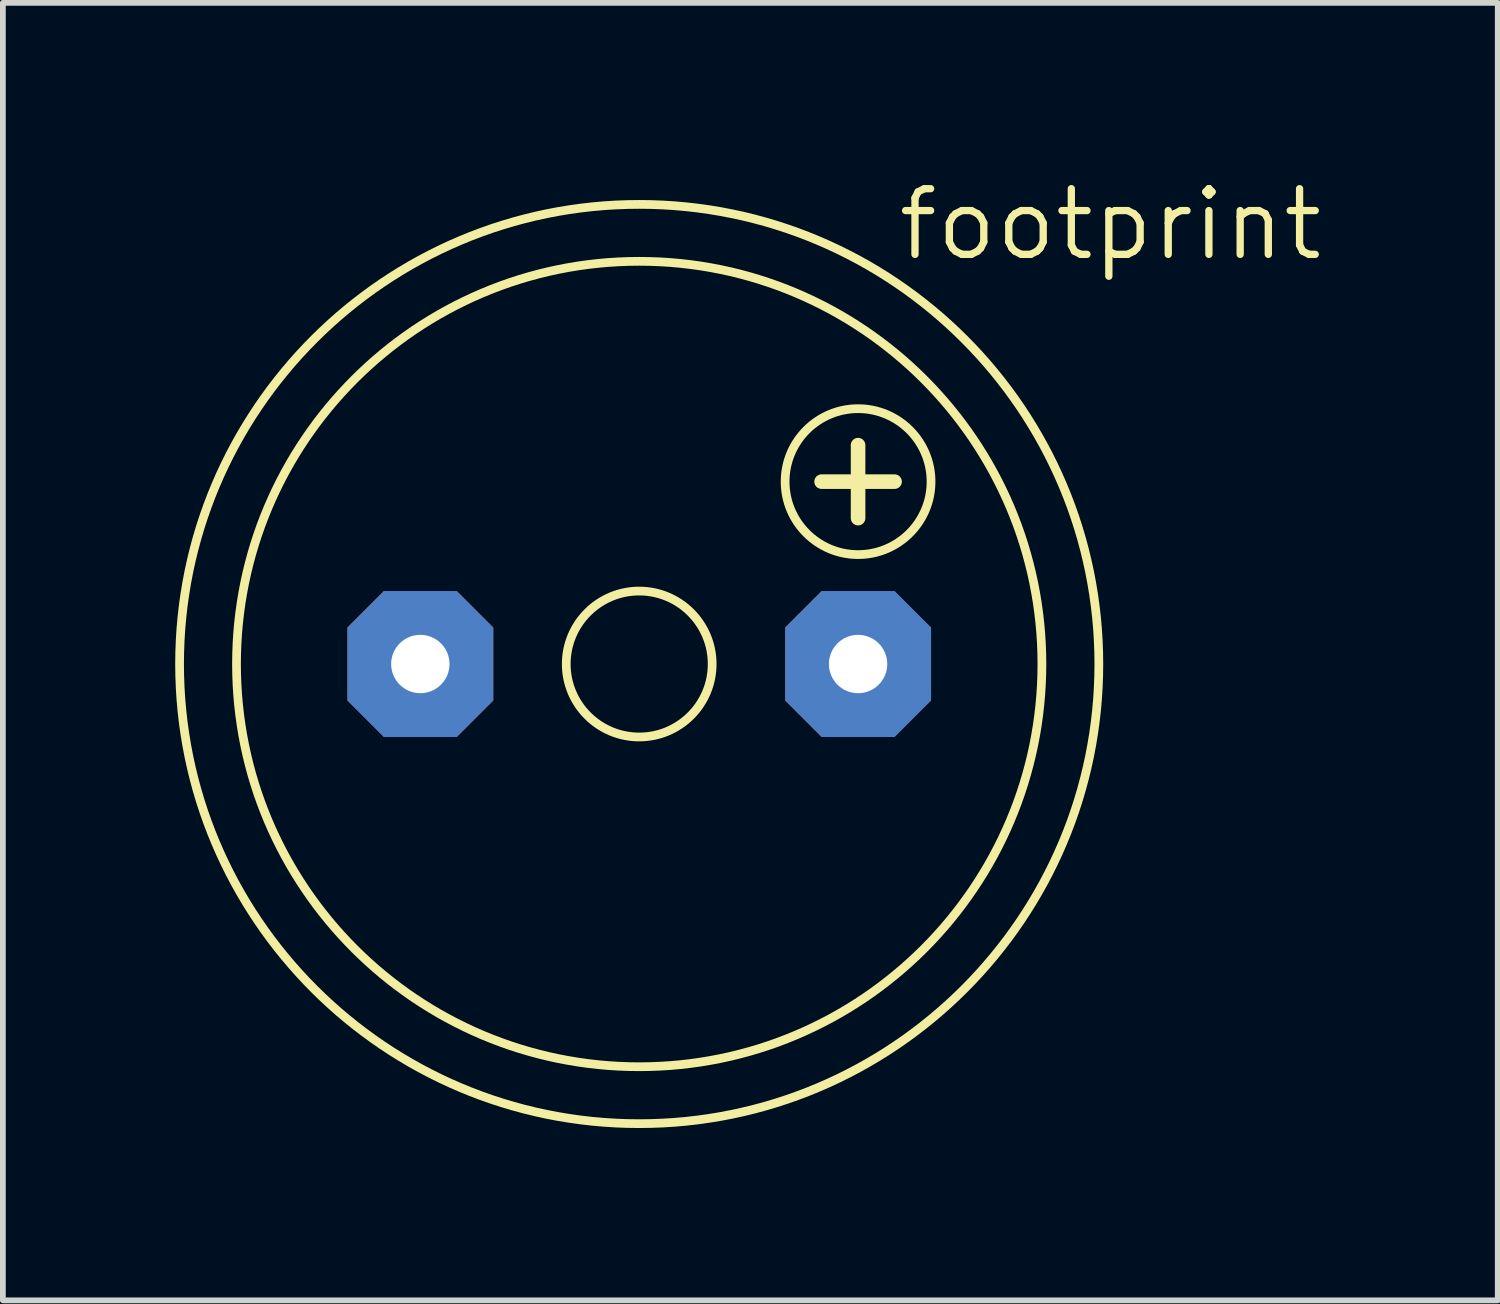
<source format=kicad_pcb>
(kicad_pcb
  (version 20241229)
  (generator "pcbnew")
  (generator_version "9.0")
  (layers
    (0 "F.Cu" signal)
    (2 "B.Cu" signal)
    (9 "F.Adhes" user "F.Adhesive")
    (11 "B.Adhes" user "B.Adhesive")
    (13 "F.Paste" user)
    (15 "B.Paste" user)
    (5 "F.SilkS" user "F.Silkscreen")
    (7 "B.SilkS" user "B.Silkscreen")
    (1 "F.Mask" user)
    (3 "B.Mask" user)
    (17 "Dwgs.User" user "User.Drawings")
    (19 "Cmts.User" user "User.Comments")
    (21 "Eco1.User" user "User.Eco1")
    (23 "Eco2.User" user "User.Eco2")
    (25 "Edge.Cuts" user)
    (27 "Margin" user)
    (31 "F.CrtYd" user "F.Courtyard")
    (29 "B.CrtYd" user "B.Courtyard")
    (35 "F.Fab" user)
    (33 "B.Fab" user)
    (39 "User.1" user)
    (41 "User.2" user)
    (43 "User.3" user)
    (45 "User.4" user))
  (footprint "footprint"
    (layer "F.Cu")
    (at 8.077 8.509)
    (property "Reference" "footprint" (at 4.445 -6.985 0) (layer "F.SilkS") (effects (font (size 1.143 1.143) (thickness 0.127)) (justify left bottom)))
    (fp_line (start 3.175 -3.175) (end 4.445 -3.175) (stroke (width 0.254) (type solid)) (layer "F.SilkS"))
    (fp_line (start 3.81 -2.54) (end 3.81 -3.81) (stroke (width 0.254) (type solid)) (layer "F.SilkS"))
    (fp_circle (center 0 0) (end 1.27 0) (stroke (width 0.152) (type solid)) (fill no) (layer "F.SilkS"))
    (fp_circle (center 0 0) (end 7.01 0) (stroke (width 0.152) (type solid)) (fill no) (layer "F.SilkS"))
    (fp_circle (center 0 0) (end 8.001 0) (stroke (width 0.152) (type solid)) (fill no) (layer "F.SilkS"))
    (fp_circle (center 3.81 -3.175) (end 5.08 -3.175) (stroke (width 0.152) (type solid)) (fill no) (layer "F.SilkS"))
    (pad "+" thru_hole roundrect (at 3.81 0) (size 2.54 2.54) (drill 1.016) (layers "*.Cu" "*.Mask") (roundrect_rratio 0.25) (chamfer_ratio 0.25) (chamfer top_left top_right bottom_left bottom_right))
    (pad "-" thru_hole roundrect (at -3.81 0) (size 2.54 2.54) (drill 1.016) (layers "*.Cu" "*.Mask") (roundrect_rratio 0.25) (chamfer_ratio 0.25) (chamfer top_left top_right bottom_left bottom_right)))
  (gr_rect
    (start -3 -3)
    (end 23.022 19.586)
    (stroke (width 0.1) (type default))
    (fill no)
    (layer "Edge.Cuts")))
</source>
